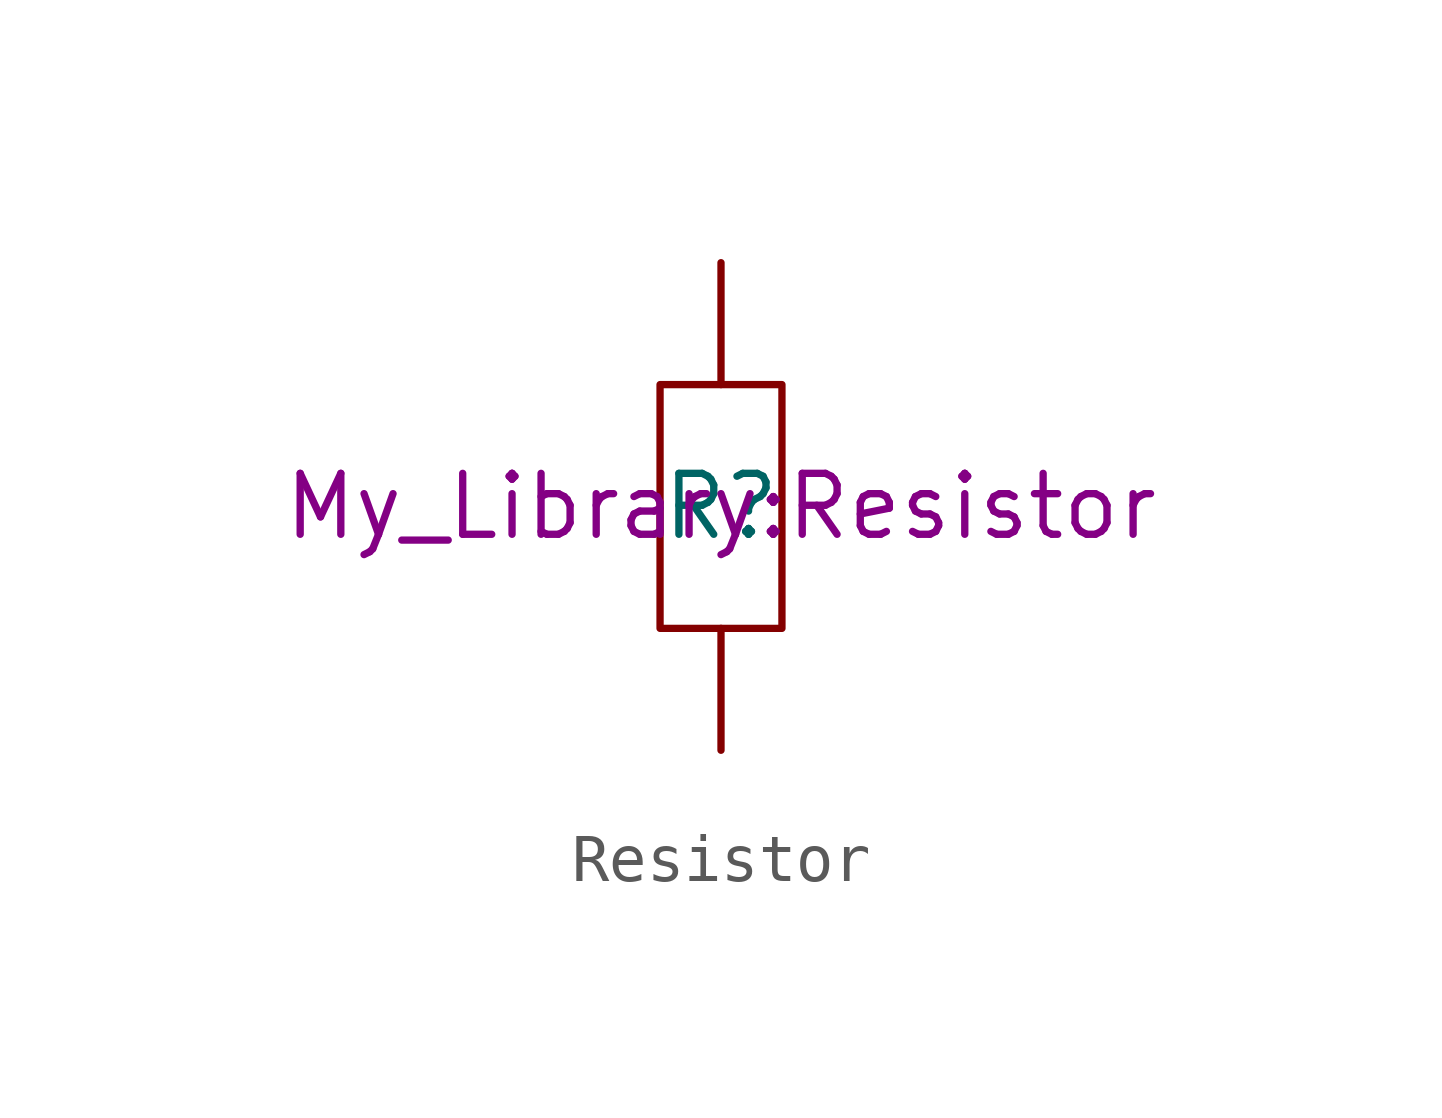
<source format=kicad_sym>
(kicad_symbol_lib
  (version 20231120)
  (generator "kicad_symbol_editor")
  (generator_version "8.0")
  (symbol "Resistor"
    (property "Reference" "R"
      (at 0 0 0)
      (effects (font (size 1.27 1.27))))
    (property "Value" ""
      (at 0 0 0)
      (effects (font (size 1.27 1.27))))
    (property "Footprint" "My_Library:Resistor"
      (at 0 0 0)
      (effects (font (size 1.27 1.27))))
    (symbol "Resistor_0_1"
      (rectangle (start -1.27 2.54) (end 1.27 -2.54) (stroke (width 0) (type default)) (fill (type none))))
    (symbol "Resistor_1_1"
      (pin passive line (at 0 -5.08 90) (length 2.54) (name "~" (effects (font (size 1.27 1.27)))) (number "" (effects (font (size 1.27 1.27)))))
      (pin passive line (at 0 5.08 270) (length 2.54) (name "~" (effects (font (size 1.27 1.27)))) (number "" (effects (font (size 1.27 1.27))))))))
</source>
